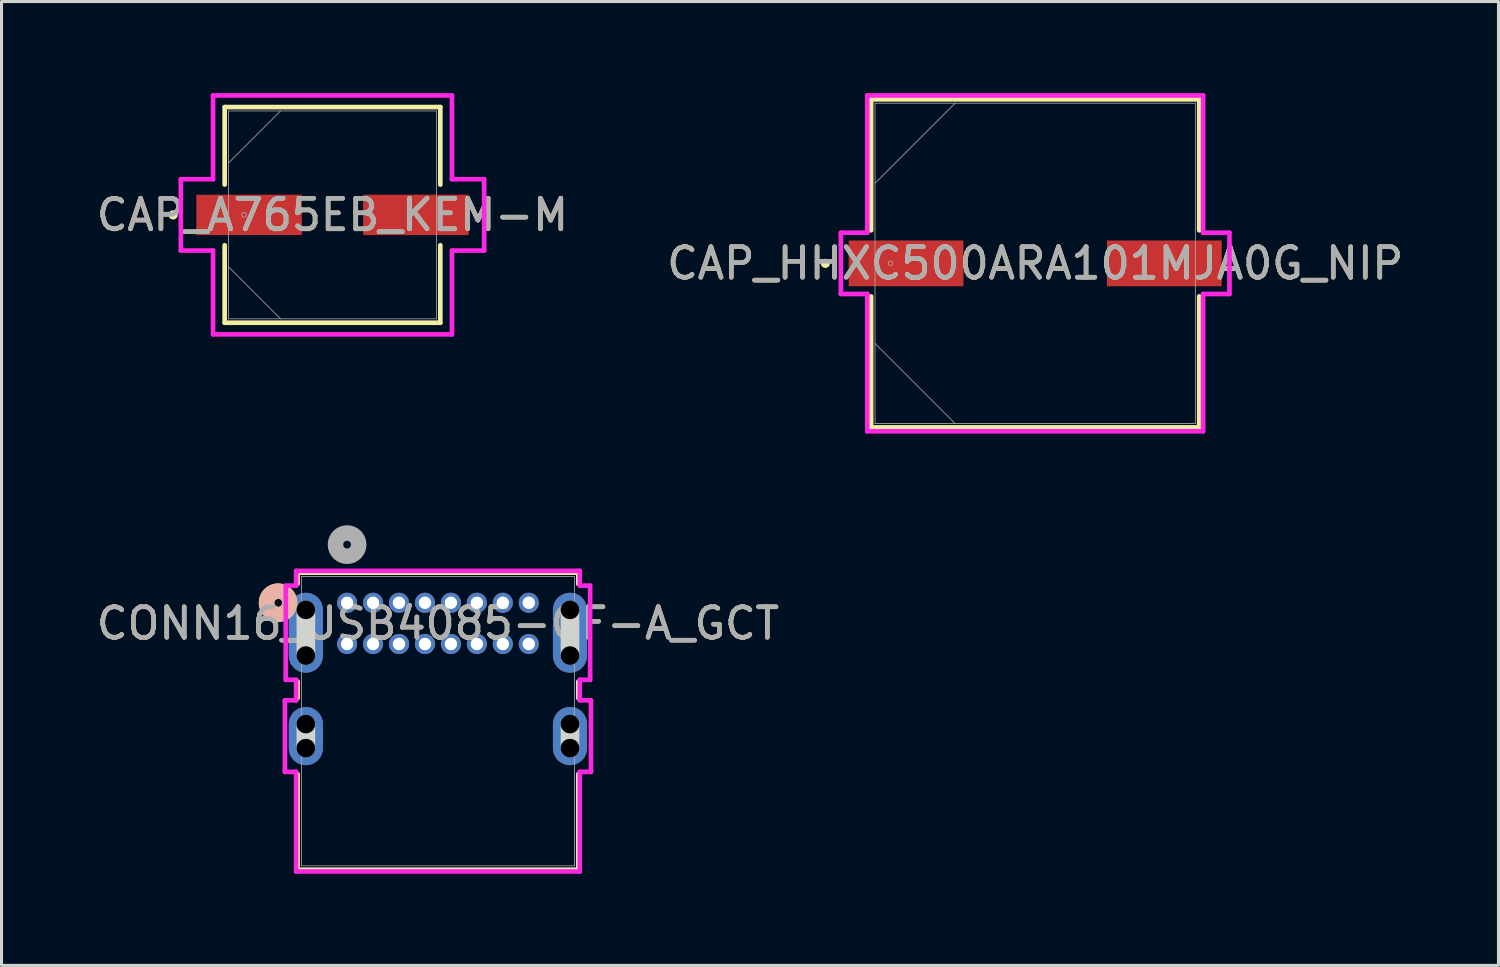
<source format=kicad_pcb>
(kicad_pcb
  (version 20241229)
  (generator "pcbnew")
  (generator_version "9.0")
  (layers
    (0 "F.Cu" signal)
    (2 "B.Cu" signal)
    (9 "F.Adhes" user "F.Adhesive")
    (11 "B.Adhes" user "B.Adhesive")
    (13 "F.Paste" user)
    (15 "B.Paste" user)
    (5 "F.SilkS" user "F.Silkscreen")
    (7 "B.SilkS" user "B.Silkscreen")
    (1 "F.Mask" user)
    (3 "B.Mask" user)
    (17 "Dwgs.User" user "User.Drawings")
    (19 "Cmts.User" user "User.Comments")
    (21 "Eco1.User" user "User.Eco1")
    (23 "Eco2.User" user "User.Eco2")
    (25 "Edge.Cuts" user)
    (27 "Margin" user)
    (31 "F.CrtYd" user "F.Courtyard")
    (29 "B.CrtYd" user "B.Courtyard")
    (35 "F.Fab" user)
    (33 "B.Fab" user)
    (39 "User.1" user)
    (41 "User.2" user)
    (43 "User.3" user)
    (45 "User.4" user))
  (footprint "CAP_A765EB_KEM-M"
    (layer "F.Cu")
    (at 7.839 3.988)
    (property "Reference" "CAP_A765EB_KEM-M" (at 0 0 0) (unlocked yes) (layer "F.SilkS") (effects (font (size 1 1) (thickness 0.15))))
    (attr smd)
    (fp_line (start -3.531 -3.531) (end -3.531 -0.993) (stroke (width 0.152) (type solid)) (layer "F.SilkS"))
    (fp_line (start -3.531 0.993) (end -3.531 3.531) (stroke (width 0.152) (type solid)) (layer "F.SilkS"))
    (fp_line (start -3.531 3.531) (end 3.531 3.531) (stroke (width 0.152) (type solid)) (layer "F.SilkS"))
    (fp_line (start 3.531 -3.531) (end -3.531 -3.531) (stroke (width 0.152) (type solid)) (layer "F.SilkS"))
    (fp_line (start 3.531 -0.993) (end 3.531 -3.531) (stroke (width 0.152) (type solid)) (layer "F.SilkS"))
    (fp_line (start 3.531 3.531) (end 3.531 0.993) (stroke (width 0.152) (type solid)) (layer "F.SilkS"))
    (fp_circle (center -5.22 0) (end -5.144 0) (stroke (width 0.152) (type solid)) (fill no) (layer "F.SilkS"))
    (fp_line (start -4.966 -1.168) (end -3.912 -1.168) (stroke (width 0.152) (type solid)) (layer "F.CrtYd"))
    (fp_line (start -4.966 1.168) (end -4.966 -1.168) (stroke (width 0.152) (type solid)) (layer "F.CrtYd"))
    (fp_line (start -3.912 -3.912) (end 3.912 -3.912) (stroke (width 0.152) (type solid)) (layer "F.CrtYd"))
    (fp_line (start -3.912 -1.168) (end -3.912 -3.912) (stroke (width 0.152) (type solid)) (layer "F.CrtYd"))
    (fp_line (start -3.912 1.168) (end -4.966 1.168) (stroke (width 0.152) (type solid)) (layer "F.CrtYd"))
    (fp_line (start -3.912 3.912) (end -3.912 1.168) (stroke (width 0.152) (type solid)) (layer "F.CrtYd"))
    (fp_line (start 3.912 -3.912) (end 3.912 -1.168) (stroke (width 0.152) (type solid)) (layer "F.CrtYd"))
    (fp_line (start 3.912 -1.168) (end 4.966 -1.168) (stroke (width 0.152) (type solid)) (layer "F.CrtYd"))
    (fp_line (start 3.912 1.168) (end 3.912 3.912) (stroke (width 0.152) (type solid)) (layer "F.CrtYd"))
    (fp_line (start 3.912 3.912) (end -3.912 3.912) (stroke (width 0.152) (type solid)) (layer "F.CrtYd"))
    (fp_line (start 4.966 -1.168) (end 4.966 1.168) (stroke (width 0.152) (type solid)) (layer "F.CrtYd"))
    (fp_line (start 4.966 1.168) (end 3.912 1.168) (stroke (width 0.152) (type solid)) (layer "F.CrtYd"))
    (fp_line (start -3.404 -3.404) (end -3.404 3.404) (stroke (width 0.025) (type solid)) (layer "F.Fab"))
    (fp_line (start -3.404 -1.702) (end -1.702 -3.404) (stroke (width 0.025) (type solid)) (layer "F.Fab"))
    (fp_line (start -3.404 1.702) (end -1.702 3.404) (stroke (width 0.025) (type solid)) (layer "F.Fab"))
    (fp_line (start -3.404 3.404) (end 3.404 3.404) (stroke (width 0.025) (type solid)) (layer "F.Fab"))
    (fp_line (start 3.404 -3.404) (end -3.404 -3.404) (stroke (width 0.025) (type solid)) (layer "F.Fab"))
    (fp_line (start 3.404 3.404) (end 3.404 -3.404) (stroke (width 0.025) (type solid)) (layer "F.Fab"))
    (fp_circle (center -2.896 0) (end -2.819 0) (stroke (width 0.025) (type solid)) (fill no) (layer "F.Fab"))
    (fp_text user "${REFERENCE}" (at 0 0 0) (unlocked yes) (layer "F.Fab") (effects (font (size 1 1) (thickness 0.15))))
    (pad "1" smd rect (at -2.731 0) (size 3.454 1.321) (layers "F.Cu" "F.Mask" "F.Paste"))
    (pad "2" smd rect (at 2.731 0) (size 3.454 1.321) (layers "F.Cu" "F.Mask" "F.Paste"))
    (zone (net_name "") (layer "F.Cu") (hatch full 0.508) (connect_pads) (min_thickness 0.254) (filled_areas_thickness no) (keepout (tracks not_allowed) (vias not_allowed) (pads allowed) (copperpour not_allowed) (footprints allowed)) (placement (enabled no)) (fill) (polygon (pts (xy 4.486 0.635) (xy 11.192 0.635) (xy 11.192 3.277) (xy 4.486 3.277))))
    (zone (net_name "") (layer "F.Cu") (hatch full 0.508) (connect_pads) (min_thickness 0.254) (filled_areas_thickness no) (keepout (tracks not_allowed) (vias not_allowed) (pads allowed) (copperpour not_allowed) (footprints allowed)) (placement (enabled no)) (fill) (polygon (pts (xy 4.486 4.699) (xy 11.192 4.699) (xy 11.192 7.341) (xy 4.486 7.341))))
    (zone (net_name "") (layer "F.Cu") (hatch full 0.508) (connect_pads) (min_thickness 0.254) (filled_areas_thickness no) (keepout (tracks not_allowed) (vias not_allowed) (pads allowed) (copperpour not_allowed) (footprints allowed)) (placement (enabled no)) (fill) (polygon (pts (xy 6.887 3.277) (xy 8.792 3.277) (xy 8.792 4.699) (xy 6.887 4.699)))))
  (footprint "CONN16_USB4085-GF-A_GCT"
    (layer "F.Cu")
    (at 8.317 16.691)
    (property "Reference" "CONN16_USB4085-GF-A_GCT" (at 2.975 0.675 0) (unlocked yes) (layer "F.SilkS") (effects (font (size 1 1) (thickness 0.15))))
    (attr through_hole)
    (fp_line (start -1.622 -0.987) (end -1.622 -0.618) (stroke (width 0.152) (type solid)) (layer "F.SilkS"))
    (fp_line (start -1.622 2.578) (end -1.622 3.122) (stroke (width 0.152) (type solid)) (layer "F.SilkS"))
    (fp_line (start -1.622 5.608) (end -1.622 8.741) (stroke (width 0.152) (type solid)) (layer "F.SilkS"))
    (fp_line (start -1.622 8.741) (end 7.572 8.741) (stroke (width 0.152) (type solid)) (layer "F.SilkS"))
    (fp_line (start 7.572 -0.987) (end -1.622 -0.987) (stroke (width 0.152) (type solid)) (layer "F.SilkS"))
    (fp_line (start 7.572 -0.618) (end 7.572 -0.987) (stroke (width 0.152) (type solid)) (layer "F.SilkS"))
    (fp_line (start 7.572 3.122) (end 7.572 2.578) (stroke (width 0.152) (type solid)) (layer "F.SilkS"))
    (fp_line (start 7.572 8.741) (end 7.572 5.608) (stroke (width 0.152) (type solid)) (layer "F.SilkS"))
    (fp_arc (start -2.41934 0.344872) (mid -2.625765 -0.097305) (end -2.2279 -0.379856) (stroke (width 0.508) (type solid)) (layer "F.SilkS"))
    (fp_circle (center -2.257 0) (end -1.876 0) (stroke (width 0.508) (type solid)) (fill no) (layer "B.SilkS"))
    (fp_line (start -1.35 1.729) (end -1.35 0.231) (stroke (width 0.61) (type solid)) (layer "Edge.Cuts"))
    (fp_line (start -1.35 4.759) (end -1.35 3.971) (stroke (width 0.61) (type solid)) (layer "Edge.Cuts"))
    (fp_line (start 7.3 1.729) (end 7.3 0.231) (stroke (width 0.61) (type solid)) (layer "Edge.Cuts"))
    (fp_line (start 7.3 4.759) (end 7.3 3.971) (stroke (width 0.61) (type solid)) (layer "Edge.Cuts"))
    (fp_line (start -2.037 3.193) (end -2.037 5.537) (stroke (width 0.152) (type solid)) (layer "F.CrtYd"))
    (fp_line (start -2.037 5.537) (end -1.67 5.537) (stroke (width 0.152) (type solid)) (layer "F.CrtYd"))
    (fp_line (start -2.009 -0.562) (end -2.009 2.522) (stroke (width 0.152) (type solid)) (layer "F.CrtYd"))
    (fp_line (start -2.009 2.522) (end -1.67 2.522) (stroke (width 0.152) (type solid)) (layer "F.CrtYd"))
    (fp_line (start -1.67 2.522) (end -1.67 3.193) (stroke (width 0.152) (type solid)) (layer "F.CrtYd"))
    (fp_line (start -1.67 3.193) (end -2.037 3.193) (stroke (width 0.152) (type solid)) (layer "F.CrtYd"))
    (fp_line (start -1.67 5.537) (end -1.67 8.799) (stroke (width 0.152) (type solid)) (layer "F.CrtYd"))
    (fp_line (start -1.67 8.799) (end 7.62 8.799) (stroke (width 0.152) (type solid)) (layer "F.CrtYd"))
    (fp_line (start -1.67 -1.045) (end -1.67 -0.562) (stroke (width 0.152) (type solid)) (layer "F.CrtYd"))
    (fp_line (start -1.67 -0.562) (end -2.009 -0.562) (stroke (width 0.152) (type solid)) (layer "F.CrtYd"))
    (fp_line (start 7.62 5.537) (end 7.987 5.537) (stroke (width 0.152) (type solid)) (layer "F.CrtYd"))
    (fp_line (start 7.62 8.799) (end 7.62 5.537) (stroke (width 0.152) (type solid)) (layer "F.CrtYd"))
    (fp_line (start 7.62 -0.562) (end 7.62 -1.045) (stroke (width 0.152) (type solid)) (layer "F.CrtYd"))
    (fp_line (start 7.62 2.522) (end 7.959 2.522) (stroke (width 0.152) (type solid)) (layer "F.CrtYd"))
    (fp_line (start 7.62 3.193) (end 7.62 2.522) (stroke (width 0.152) (type solid)) (layer "F.CrtYd"))
    (fp_line (start 7.62 -1.045) (end -1.67 -1.045) (stroke (width 0.152) (type solid)) (layer "F.CrtYd"))
    (fp_line (start 7.959 -0.562) (end 7.62 -0.562) (stroke (width 0.152) (type solid)) (layer "F.CrtYd"))
    (fp_line (start 7.959 2.522) (end 7.959 -0.562) (stroke (width 0.152) (type solid)) (layer "F.CrtYd"))
    (fp_line (start 7.987 3.193) (end 7.62 3.193) (stroke (width 0.152) (type solid)) (layer "F.CrtYd"))
    (fp_line (start 7.987 5.537) (end 7.987 3.193) (stroke (width 0.152) (type solid)) (layer "F.CrtYd"))
    (fp_line (start -1.495 -0.86) (end -1.495 8.614) (stroke (width 0.025) (type solid)) (layer "F.Fab"))
    (fp_line (start -1.495 8.614) (end 7.445 8.614) (stroke (width 0.025) (type solid)) (layer "F.Fab"))
    (fp_line (start 7.445 -0.86) (end -1.495 -0.86) (stroke (width 0.025) (type solid)) (layer "F.Fab"))
    (fp_line (start 7.445 8.614) (end 7.445 -0.86) (stroke (width 0.025) (type solid)) (layer "F.Fab"))
    (fp_circle (center 0 -1.905) (end 0.381 -1.905) (stroke (width 0.508) (type solid)) (fill no) (layer "F.Fab"))
    (fp_text user "${REFERENCE}" (at 2.975 0.675 0) (unlocked yes) (layer "F.Fab") (effects (font (size 1 1) (thickness 0.15))))
    (pad "" np_thru_hole circle (at -1.35 0.231) (size 0.61 0.61) (drill 0.61) (layers))
    (pad "" np_thru_hole circle (at -1.35 1.729) (size 0.61 0.61) (drill 0.61) (layers))
    (pad "" np_thru_hole circle (at -1.35 3.971) (size 0.61 0.61) (drill 0.61) (layers))
    (pad "" np_thru_hole circle (at -1.35 4.759) (size 0.61 0.61) (drill 0.61) (layers))
    (pad "" np_thru_hole circle (at 7.3 0.231) (size 0.61 0.61) (drill 0.61) (layers))
    (pad "" np_thru_hole circle (at 7.3 1.729) (size 0.61 0.61) (drill 0.61) (layers))
    (pad "" np_thru_hole circle (at 7.3 3.971) (size 0.61 0.61) (drill 0.61) (layers))
    (pad "" np_thru_hole circle (at 7.3 4.759) (size 0.61 0.61) (drill 0.61) (layers))
    (pad "1" thru_hole circle (at 0 0) (size 0.66 0.66) (drill 0.406) (layers "*.Cu" "*.Mask"))
    (pad "2" thru_hole circle (at 0.85 0) (size 0.66 0.66) (drill 0.406) (layers "*.Cu" "*.Mask"))
    (pad "3" thru_hole circle (at 1.7 0) (size 0.66 0.66) (drill 0.406) (layers "*.Cu" "*.Mask"))
    (pad "4" thru_hole circle (at 2.55 0) (size 0.66 0.66) (drill 0.406) (layers "*.Cu" "*.Mask"))
    (pad "5" thru_hole circle (at 3.4 0) (size 0.66 0.66) (drill 0.406) (layers "*.Cu" "*.Mask"))
    (pad "6" thru_hole circle (at 4.25 0) (size 0.66 0.66) (drill 0.406) (layers "*.Cu" "*.Mask"))
    (pad "7" thru_hole circle (at 5.1 0) (size 0.66 0.66) (drill 0.406) (layers "*.Cu" "*.Mask"))
    (pad "8" thru_hole circle (at 5.95 0) (size 0.66 0.66) (drill 0.406) (layers "*.Cu" "*.Mask"))
    (pad "9" thru_hole circle (at 0 1.35) (size 0.66 0.66) (drill 0.406) (layers "*.Cu" "*.Mask"))
    (pad "10" thru_hole circle (at 0.85 1.35) (size 0.66 0.66) (drill 0.406) (layers "*.Cu" "*.Mask"))
    (pad "11" thru_hole circle (at 1.7 1.35) (size 0.66 0.66) (drill 0.406) (layers "*.Cu" "*.Mask"))
    (pad "12" thru_hole circle (at 2.55 1.35) (size 0.66 0.66) (drill 0.406) (layers "*.Cu" "*.Mask"))
    (pad "13" thru_hole circle (at 3.4 1.35) (size 0.66 0.66) (drill 0.406) (layers "*.Cu" "*.Mask"))
    (pad "14" thru_hole circle (at 4.25 1.35) (size 0.66 0.66) (drill 0.406) (layers "*.Cu" "*.Mask"))
    (pad "15" thru_hole circle (at 5.1 1.35) (size 0.66 0.66) (drill 0.406) (layers "*.Cu" "*.Mask"))
    (pad "16" thru_hole circle (at 5.95 1.35) (size 0.66 0.66) (drill 0.406) (layers "*.Cu" "*.Mask"))
    (pad "17" thru_hole oval (at -1.35 0.98 90) (size 2.616 1.118) (drill 0.025) (layers "*.Cu" "*.Mask"))
    (pad "18" thru_hole oval (at 7.3 0.98 90) (size 2.616 1.118) (drill 0.025) (layers "*.Cu" "*.Mask"))
    (pad "19" thru_hole oval (at -1.35 4.365 90) (size 1.905 1.118) (drill 0.025) (layers "*.Cu" "*.Mask"))
    (pad "20" thru_hole oval (at 7.3 4.365 90) (size 1.905 1.118) (drill 0.025) (layers "*.Cu" "*.Mask")))
  (footprint "CAP_HHXC500ARA101MJA0G_NIP"
    (layer "F.Cu")
    (at 30.851 5.575)
    (property "Reference" "CAP_HHXC500ARA101MJA0G_NIP" (at 0 0 0) (unlocked yes) (layer "F.SilkS") (effects (font (size 1 1) (thickness 0.15))))
    (attr smd)
    (fp_line (start -5.372 -5.372) (end -5.372 -1.082) (stroke (width 0.152) (type solid)) (layer "F.SilkS"))
    (fp_line (start -5.372 1.082) (end -5.372 5.372) (stroke (width 0.152) (type solid)) (layer "F.SilkS"))
    (fp_line (start -5.372 5.372) (end 5.372 5.372) (stroke (width 0.152) (type solid)) (layer "F.SilkS"))
    (fp_line (start 5.372 -5.372) (end -5.372 -5.372) (stroke (width 0.152) (type solid)) (layer "F.SilkS"))
    (fp_line (start 5.372 -1.082) (end 5.372 -5.372) (stroke (width 0.152) (type solid)) (layer "F.SilkS"))
    (fp_line (start 5.372 5.372) (end 5.372 1.082) (stroke (width 0.152) (type solid)) (layer "F.SilkS"))
    (fp_circle (center -6.871 0) (end -6.795 0) (stroke (width 0.152) (type solid)) (fill no) (layer "F.SilkS"))
    (fp_line (start -6.363 -1.003) (end -5.499 -1.003) (stroke (width 0.152) (type solid)) (layer "F.CrtYd"))
    (fp_line (start -6.363 1.003) (end -6.363 -1.003) (stroke (width 0.152) (type solid)) (layer "F.CrtYd"))
    (fp_line (start -5.499 -5.499) (end 5.499 -5.499) (stroke (width 0.152) (type solid)) (layer "F.CrtYd"))
    (fp_line (start -5.499 -1.003) (end -5.499 -5.499) (stroke (width 0.152) (type solid)) (layer "F.CrtYd"))
    (fp_line (start -5.499 1.003) (end -6.363 1.003) (stroke (width 0.152) (type solid)) (layer "F.CrtYd"))
    (fp_line (start -5.499 5.499) (end -5.499 1.003) (stroke (width 0.152) (type solid)) (layer "F.CrtYd"))
    (fp_line (start 5.499 -5.499) (end 5.499 -1.003) (stroke (width 0.152) (type solid)) (layer "F.CrtYd"))
    (fp_line (start 5.499 -1.003) (end 6.363 -1.003) (stroke (width 0.152) (type solid)) (layer "F.CrtYd"))
    (fp_line (start 5.499 1.003) (end 5.499 5.499) (stroke (width 0.152) (type solid)) (layer "F.CrtYd"))
    (fp_line (start 5.499 5.499) (end -5.499 5.499) (stroke (width 0.152) (type solid)) (layer "F.CrtYd"))
    (fp_line (start 6.363 -1.003) (end 6.363 1.003) (stroke (width 0.152) (type solid)) (layer "F.CrtYd"))
    (fp_line (start 6.363 1.003) (end 5.499 1.003) (stroke (width 0.152) (type solid)) (layer "F.CrtYd"))
    (fp_line (start -5.245 -5.245) (end -5.245 5.245) (stroke (width 0.025) (type solid)) (layer "F.Fab"))
    (fp_line (start -5.245 -2.623) (end -2.623 -5.245) (stroke (width 0.025) (type solid)) (layer "F.Fab"))
    (fp_line (start -5.245 2.623) (end -2.623 5.245) (stroke (width 0.025) (type solid)) (layer "F.Fab"))
    (fp_line (start -5.245 5.245) (end 5.245 5.245) (stroke (width 0.025) (type solid)) (layer "F.Fab"))
    (fp_line (start 5.245 -5.245) (end -5.245 -5.245) (stroke (width 0.025) (type solid)) (layer "F.Fab"))
    (fp_line (start 5.245 5.245) (end 5.245 -5.245) (stroke (width 0.025) (type solid)) (layer "F.Fab"))
    (fp_circle (center -4.737 0) (end -4.661 0) (stroke (width 0.025) (type solid)) (fill no) (layer "F.Fab"))
    (fp_text user "${REFERENCE}" (at 0 0 0) (unlocked yes) (layer "F.Fab") (effects (font (size 1 1) (thickness 0.15))))
    (pad "1" smd rect (at -4.229 0) (size 3.759 1.499) (layers "F.Cu" "F.Mask" "F.Paste"))
    (pad "2" smd rect (at 4.229 0) (size 3.759 1.499) (layers "F.Cu" "F.Mask" "F.Paste"))
    (zone (net_name "") (layer "F.Cu") (hatch full 0.508) (connect_pads) (min_thickness 0.254) (filled_areas_thickness no) (keepout (tracks not_allowed) (vias not_allowed) (pads allowed) (copperpour not_allowed) (footprints allowed)) (placement (enabled no)) (fill) (polygon (pts (xy 25.657 0.381) (xy 36.045 0.381) (xy 36.045 4.775) (xy 25.657 4.775))))
    (zone (net_name "") (layer "F.Cu") (hatch full 0.508) (connect_pads) (min_thickness 0.254) (filled_areas_thickness no) (keepout (tracks not_allowed) (vias not_allowed) (pads allowed) (copperpour not_allowed) (footprints allowed)) (placement (enabled no)) (fill) (polygon (pts (xy 25.657 6.375) (xy 36.045 6.375) (xy 36.045 10.77) (xy 25.657 10.77))))
    (zone (net_name "") (layer "F.Cu") (hatch full 0.508) (connect_pads) (min_thickness 0.254) (filled_areas_thickness no) (keepout (tracks not_allowed) (vias not_allowed) (pads allowed) (copperpour not_allowed) (footprints allowed)) (placement (enabled no)) (fill) (polygon (pts (xy 28.552 4.775) (xy 33.15 4.775) (xy 33.15 6.375) (xy 28.552 6.375)))))
  (gr_rect
    (start -3 -3)
    (end 46.024 28.566)
    (stroke (width 0.1) (type default))
    (fill no)
    (layer "Edge.Cuts")))
</source>
